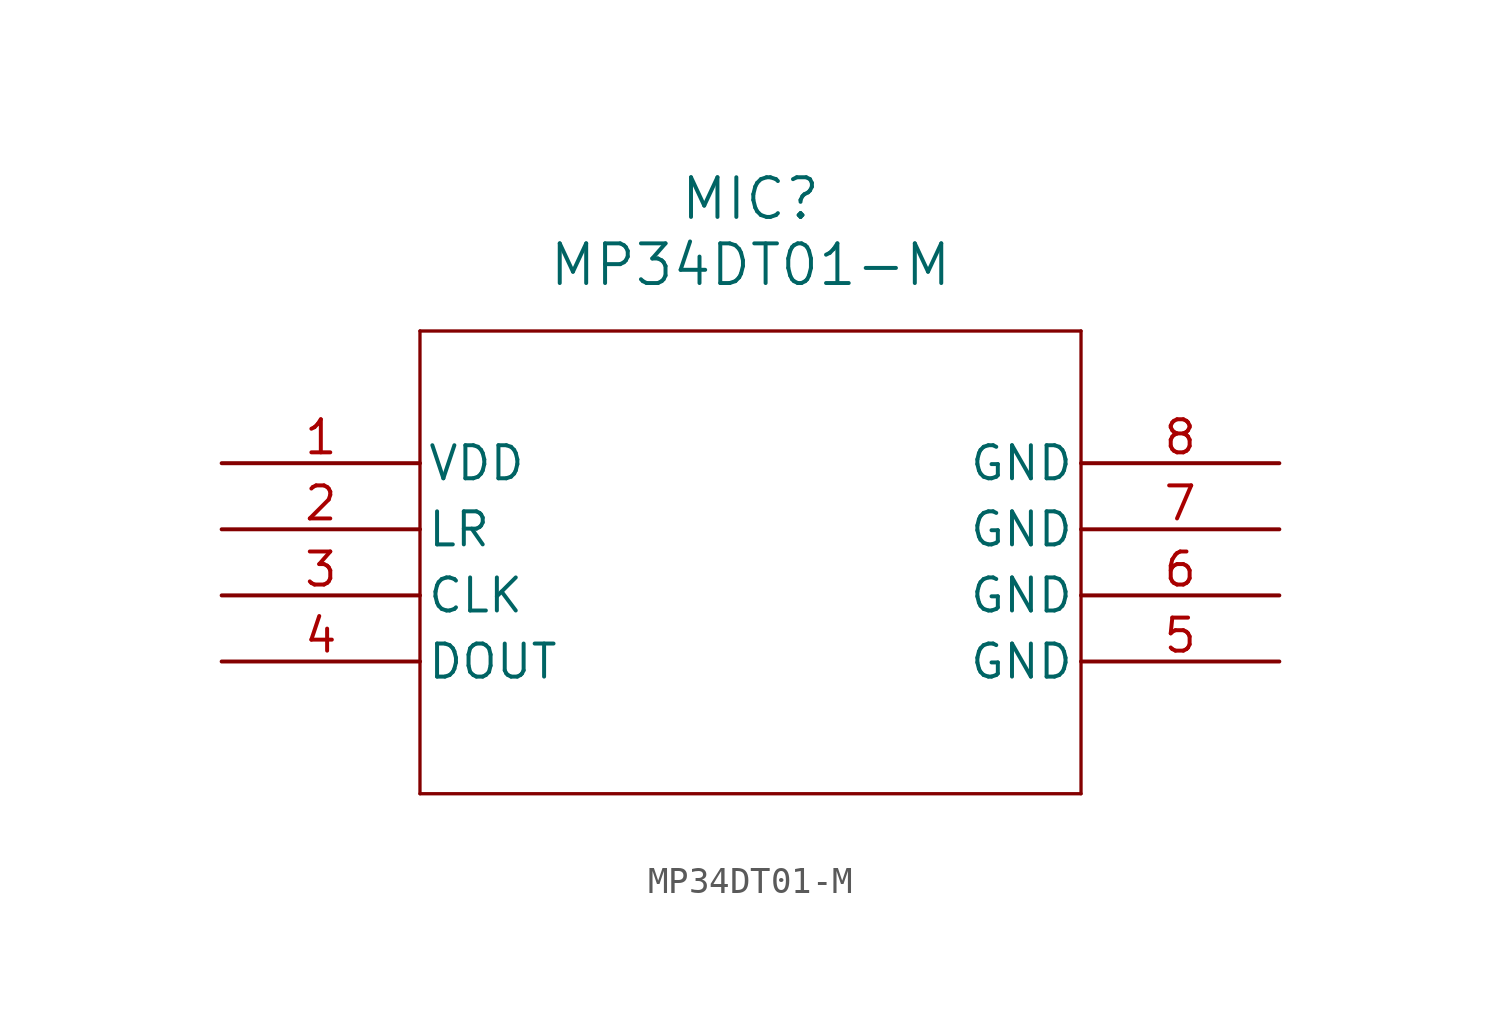
<source format=kicad_sym>
(kicad_symbol_lib
  (version 20211014)
  (generator kicad_symbol_editor)
  (symbol "MP34DT01-M"
    (pin_names
      (offset 0.254))
    (property "Reference" "MIC"
      (at 20.32 10.16 0)
      (effects (font (size 1.524 1.524))))
    (property "Value" "MP34DT01-M"
      (at 20.32 7.62 0)
      (effects (font (size 1.524 1.524))))
    (symbol "MP34DT01-M_0_1"
      (polyline (pts (xy 7.62 5.08) (xy 7.62 -12.7)) (stroke (width 0.127) (type default) (color 0 0 0 0)) (fill (type none)))
      (polyline (pts (xy 7.62 -12.7) (xy 33.02 -12.7)) (stroke (width 0.127) (type default) (color 0 0 0 0)) (fill (type none)))
      (polyline (pts (xy 33.02 -12.7) (xy 33.02 5.08)) (stroke (width 0.127) (type default) (color 0 0 0 0)) (fill (type none)))
      (polyline (pts (xy 33.02 5.08) (xy 7.62 5.08)) (stroke (width 0.127) (type default) (color 0 0 0 0)) (fill (type none)))
      (pin power_in line (at 0 0 0) (length 7.62) (name "VDD" (effects (font (size 1.27 1.27)))) (number "1" (effects (font (size 1.27 1.27)))))
      (pin input line (at 0 -2.54 0) (length 7.62) (name "LR" (effects (font (size 1.27 1.27)))) (number "2" (effects (font (size 1.27 1.27)))))
      (pin input line (at 0 -5.08 0) (length 7.62) (name "CLK" (effects (font (size 1.27 1.27)))) (number "3" (effects (font (size 1.27 1.27)))))
      (pin output line (at 0 -7.62 0) (length 7.62) (name "DOUT" (effects (font (size 1.27 1.27)))) (number "4" (effects (font (size 1.27 1.27)))))
      (pin power_out line (at 40.64 -7.62 180) (length 7.62) (name "GND" (effects (font (size 1.27 1.27)))) (number "5" (effects (font (size 1.27 1.27)))))
      (pin power_out line (at 40.64 -5.08 180) (length 7.62) (name "GND" (effects (font (size 1.27 1.27)))) (number "6" (effects (font (size 1.27 1.27)))))
      (pin power_out line (at 40.64 -2.54 180) (length 7.62) (name "GND" (effects (font (size 1.27 1.27)))) (number "7" (effects (font (size 1.27 1.27)))))
      (pin power_out line (at 40.64 0 180) (length 7.62) (name "GND" (effects (font (size 1.27 1.27)))) (number "8" (effects (font (size 1.27 1.27))))))))
</source>
